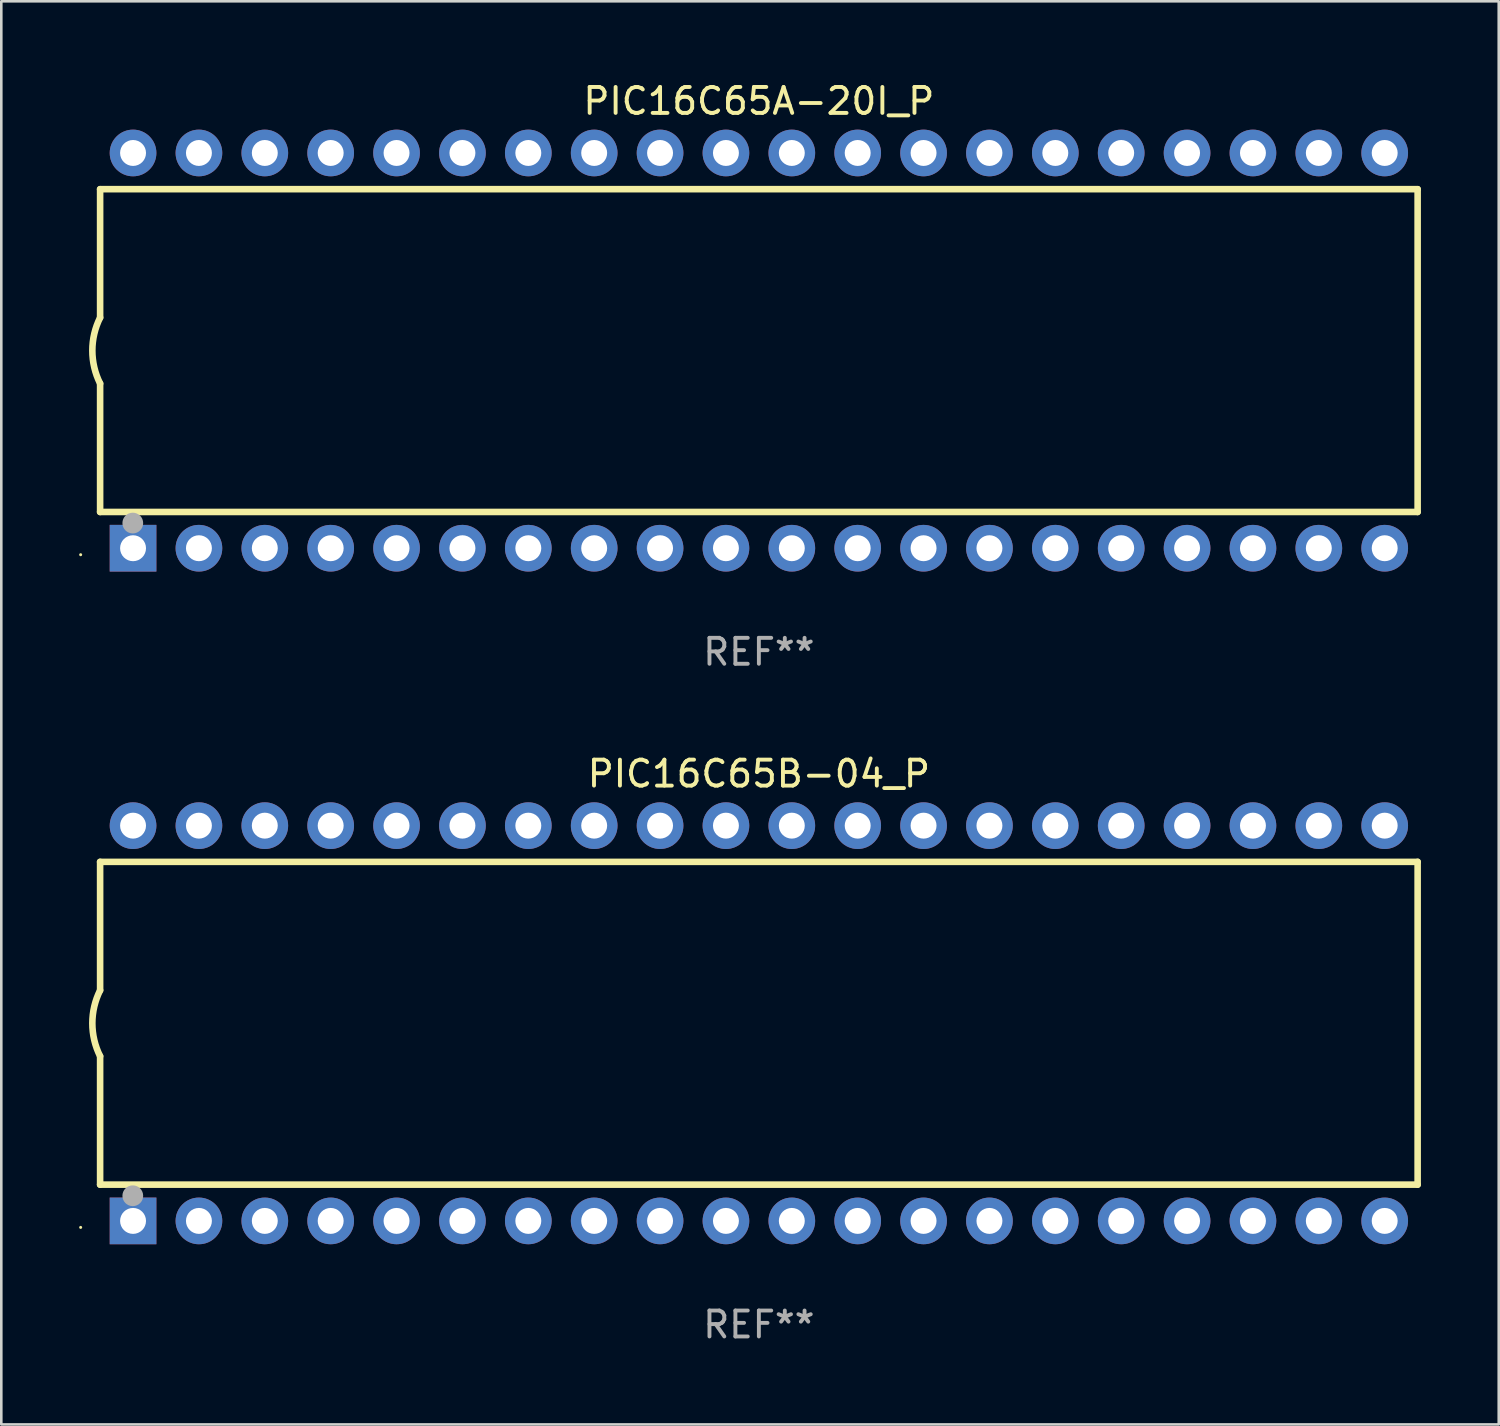
<source format=kicad_pcb>
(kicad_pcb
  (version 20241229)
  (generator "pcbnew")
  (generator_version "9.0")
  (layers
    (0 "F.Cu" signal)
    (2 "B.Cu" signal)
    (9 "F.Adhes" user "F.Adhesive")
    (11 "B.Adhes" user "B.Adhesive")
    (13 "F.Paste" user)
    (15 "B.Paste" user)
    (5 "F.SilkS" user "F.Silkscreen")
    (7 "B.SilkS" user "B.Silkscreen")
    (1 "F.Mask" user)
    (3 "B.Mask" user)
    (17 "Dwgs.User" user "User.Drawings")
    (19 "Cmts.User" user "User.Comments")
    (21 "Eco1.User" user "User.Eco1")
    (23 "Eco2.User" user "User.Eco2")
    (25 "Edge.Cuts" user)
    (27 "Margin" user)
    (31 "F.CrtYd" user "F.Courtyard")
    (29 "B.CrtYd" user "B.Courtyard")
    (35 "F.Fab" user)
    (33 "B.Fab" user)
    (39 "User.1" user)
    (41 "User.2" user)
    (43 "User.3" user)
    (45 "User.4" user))
  (footprint "PIC16C65A-20I_P"
    (layer "F.Cu")
    (at 26.21 10.468)
    (property "Reference" "PIC16C65A-20I_P" (at 0 -9.62 0) (layer "F.SilkS") (effects (font (size 1 1) (thickness 0.15))))
    (attr through_hole)
    (fp_line (start -25.4 -6.224) (end -25.4 -1.271) (stroke (width 0.254) (type solid)) (layer "F.SilkS"))
    (fp_line (start -25.4 -6.224) (end 25.4 -6.224) (stroke (width 0.254) (type solid)) (layer "F.SilkS"))
    (fp_line (start -25.4 1.269) (end -25.4 6.222) (stroke (width 0.254) (type solid)) (layer "F.SilkS"))
    (fp_line (start -25.4 6.222) (end 25.4 6.222) (stroke (width 0.254) (type solid)) (layer "F.SilkS"))
    (fp_line (start 25.4 6.222) (end 25.4 -6.224) (stroke (width 0.254) (type solid)) (layer "F.SilkS"))
    (fp_arc (start -25.4 1.269241) (mid -25.699807 -0.000762) (end -25.4 -1.270765) (stroke (width 0.254001) (type solid)) (layer "F.SilkS"))
    (fp_circle (center -26.15 7.87) (end -26.12 7.87) (stroke (width 0.06) (type solid)) (fill no) (layer "F.SilkS"))
    (fp_circle (center -24.14 6.65) (end -23.94 6.65) (stroke (width 0.4) (type solid)) (fill no) (layer "F.Fab"))
    (fp_text user "REF**" (at 0 11.62 0) (layer "F.Fab") (effects (font (size 1 1) (thickness 0.15))))
    (pad "1" thru_hole rect (at -24.13 7.62 90) (size 1.8 1.8) (drill 1) (layers "*.Cu" "*.Mask"))
    (pad "2" thru_hole circle (at -21.59 7.62) (size 1.8 1.8) (drill 1) (layers "*.Cu" "*.Mask"))
    (pad "3" thru_hole circle (at -19.05 7.62) (size 1.8 1.8) (drill 1) (layers "*.Cu" "*.Mask"))
    (pad "4" thru_hole circle (at -16.51 7.62) (size 1.8 1.8) (drill 1) (layers "*.Cu" "*.Mask"))
    (pad "5" thru_hole circle (at -13.97 7.62) (size 1.8 1.8) (drill 1) (layers "*.Cu" "*.Mask"))
    (pad "6" thru_hole circle (at -11.43 7.62) (size 1.8 1.8) (drill 1) (layers "*.Cu" "*.Mask"))
    (pad "7" thru_hole circle (at -8.89 7.62) (size 1.8 1.8) (drill 1) (layers "*.Cu" "*.Mask"))
    (pad "8" thru_hole circle (at -6.35 7.62) (size 1.8 1.8) (drill 1) (layers "*.Cu" "*.Mask"))
    (pad "9" thru_hole circle (at -3.81 7.62) (size 1.8 1.8) (drill 1) (layers "*.Cu" "*.Mask"))
    (pad "10" thru_hole circle (at -1.27 7.62) (size 1.8 1.8) (drill 1) (layers "*.Cu" "*.Mask"))
    (pad "11" thru_hole circle (at 1.27 7.62) (size 1.8 1.8) (drill 1) (layers "*.Cu" "*.Mask"))
    (pad "12" thru_hole circle (at 3.81 7.62) (size 1.8 1.8) (drill 1) (layers "*.Cu" "*.Mask"))
    (pad "13" thru_hole circle (at 6.35 7.62) (size 1.8 1.8) (drill 1) (layers "*.Cu" "*.Mask"))
    (pad "14" thru_hole circle (at 8.89 7.62) (size 1.8 1.8) (drill 1) (layers "*.Cu" "*.Mask"))
    (pad "15" thru_hole circle (at 11.43 7.62) (size 1.8 1.8) (drill 1) (layers "*.Cu" "*.Mask"))
    (pad "16" thru_hole circle (at 13.97 7.62) (size 1.8 1.8) (drill 1) (layers "*.Cu" "*.Mask"))
    (pad "17" thru_hole circle (at 16.51 7.62) (size 1.8 1.8) (drill 1) (layers "*.Cu" "*.Mask"))
    (pad "18" thru_hole circle (at 19.05 7.62) (size 1.8 1.8) (drill 1) (layers "*.Cu" "*.Mask"))
    (pad "19" thru_hole circle (at 21.59 7.62) (size 1.8 1.8) (drill 1) (layers "*.Cu" "*.Mask"))
    (pad "20" thru_hole circle (at 24.13 7.62) (size 1.8 1.8) (drill 1) (layers "*.Cu" "*.Mask"))
    (pad "21" thru_hole circle (at 24.13 -7.62) (size 1.8 1.8) (drill 1) (layers "*.Cu" "*.Mask"))
    (pad "22" thru_hole circle (at 21.59 -7.62) (size 1.8 1.8) (drill 1) (layers "*.Cu" "*.Mask"))
    (pad "23" thru_hole circle (at 19.05 -7.62) (size 1.8 1.8) (drill 1) (layers "*.Cu" "*.Mask"))
    (pad "24" thru_hole circle (at 16.51 -7.62) (size 1.8 1.8) (drill 1) (layers "*.Cu" "*.Mask"))
    (pad "25" thru_hole circle (at 13.97 -7.62) (size 1.8 1.8) (drill 1) (layers "*.Cu" "*.Mask"))
    (pad "26" thru_hole circle (at 11.43 -7.62) (size 1.8 1.8) (drill 1) (layers "*.Cu" "*.Mask"))
    (pad "27" thru_hole circle (at 8.89 -7.62) (size 1.8 1.8) (drill 1) (layers "*.Cu" "*.Mask"))
    (pad "28" thru_hole circle (at 6.35 -7.62) (size 1.8 1.8) (drill 1) (layers "*.Cu" "*.Mask"))
    (pad "29" thru_hole circle (at 3.81 -7.62) (size 1.8 1.8) (drill 1) (layers "*.Cu" "*.Mask"))
    (pad "30" thru_hole circle (at 1.27 -7.62) (size 1.8 1.8) (drill 1) (layers "*.Cu" "*.Mask"))
    (pad "31" thru_hole circle (at -1.27 -7.62) (size 1.8 1.8) (drill 1) (layers "*.Cu" "*.Mask"))
    (pad "32" thru_hole circle (at -3.81 -7.62) (size 1.8 1.8) (drill 1) (layers "*.Cu" "*.Mask"))
    (pad "33" thru_hole circle (at -6.35 -7.62) (size 1.8 1.8) (drill 1) (layers "*.Cu" "*.Mask"))
    (pad "34" thru_hole circle (at -8.89 -7.62) (size 1.8 1.8) (drill 1) (layers "*.Cu" "*.Mask"))
    (pad "35" thru_hole circle (at -11.43 -7.62) (size 1.8 1.8) (drill 1) (layers "*.Cu" "*.Mask"))
    (pad "36" thru_hole circle (at -13.97 -7.62) (size 1.8 1.8) (drill 1) (layers "*.Cu" "*.Mask"))
    (pad "37" thru_hole circle (at -16.51 -7.62) (size 1.8 1.8) (drill 1) (layers "*.Cu" "*.Mask"))
    (pad "38" thru_hole circle (at -19.05 -7.62) (size 1.8 1.8) (drill 1) (layers "*.Cu" "*.Mask"))
    (pad "39" thru_hole circle (at -21.59 -7.62) (size 1.8 1.8) (drill 1) (layers "*.Cu" "*.Mask"))
    (pad "40" thru_hole circle (at -24.13 -7.62) (size 1.8 1.8) (drill 1) (layers "*.Cu" "*.Mask")))
  (footprint "PIC16C65B-04_P"
    (layer "F.Cu")
    (at 26.21 36.405)
    (property "Reference" "PIC16C65B-04_P" (at 0 -9.62 0) (layer "F.SilkS") (effects (font (size 1 1) (thickness 0.15))))
    (attr through_hole)
    (fp_line (start -25.4 -6.224) (end -25.4 -1.271) (stroke (width 0.254) (type solid)) (layer "F.SilkS"))
    (fp_line (start -25.4 -6.224) (end 25.4 -6.224) (stroke (width 0.254) (type solid)) (layer "F.SilkS"))
    (fp_line (start -25.4 1.269) (end -25.4 6.222) (stroke (width 0.254) (type solid)) (layer "F.SilkS"))
    (fp_line (start -25.4 6.222) (end 25.4 6.222) (stroke (width 0.254) (type solid)) (layer "F.SilkS"))
    (fp_line (start 25.4 6.222) (end 25.4 -6.224) (stroke (width 0.254) (type solid)) (layer "F.SilkS"))
    (fp_arc (start -25.4 1.269241) (mid -25.699807 -0.000762) (end -25.4 -1.270765) (stroke (width 0.254001) (type solid)) (layer "F.SilkS"))
    (fp_circle (center -26.15 7.87) (end -26.12 7.87) (stroke (width 0.06) (type solid)) (fill no) (layer "F.SilkS"))
    (fp_circle (center -24.14 6.65) (end -23.94 6.65) (stroke (width 0.4) (type solid)) (fill no) (layer "F.Fab"))
    (fp_text user "REF**" (at 0 11.62 0) (layer "F.Fab") (effects (font (size 1 1) (thickness 0.15))))
    (pad "1" thru_hole rect (at -24.13 7.62 90) (size 1.8 1.8) (drill 1) (layers "*.Cu" "*.Mask"))
    (pad "2" thru_hole circle (at -21.59 7.62) (size 1.8 1.8) (drill 1) (layers "*.Cu" "*.Mask"))
    (pad "3" thru_hole circle (at -19.05 7.62) (size 1.8 1.8) (drill 1) (layers "*.Cu" "*.Mask"))
    (pad "4" thru_hole circle (at -16.51 7.62) (size 1.8 1.8) (drill 1) (layers "*.Cu" "*.Mask"))
    (pad "5" thru_hole circle (at -13.97 7.62) (size 1.8 1.8) (drill 1) (layers "*.Cu" "*.Mask"))
    (pad "6" thru_hole circle (at -11.43 7.62) (size 1.8 1.8) (drill 1) (layers "*.Cu" "*.Mask"))
    (pad "7" thru_hole circle (at -8.89 7.62) (size 1.8 1.8) (drill 1) (layers "*.Cu" "*.Mask"))
    (pad "8" thru_hole circle (at -6.35 7.62) (size 1.8 1.8) (drill 1) (layers "*.Cu" "*.Mask"))
    (pad "9" thru_hole circle (at -3.81 7.62) (size 1.8 1.8) (drill 1) (layers "*.Cu" "*.Mask"))
    (pad "10" thru_hole circle (at -1.27 7.62) (size 1.8 1.8) (drill 1) (layers "*.Cu" "*.Mask"))
    (pad "11" thru_hole circle (at 1.27 7.62) (size 1.8 1.8) (drill 1) (layers "*.Cu" "*.Mask"))
    (pad "12" thru_hole circle (at 3.81 7.62) (size 1.8 1.8) (drill 1) (layers "*.Cu" "*.Mask"))
    (pad "13" thru_hole circle (at 6.35 7.62) (size 1.8 1.8) (drill 1) (layers "*.Cu" "*.Mask"))
    (pad "14" thru_hole circle (at 8.89 7.62) (size 1.8 1.8) (drill 1) (layers "*.Cu" "*.Mask"))
    (pad "15" thru_hole circle (at 11.43 7.62) (size 1.8 1.8) (drill 1) (layers "*.Cu" "*.Mask"))
    (pad "16" thru_hole circle (at 13.97 7.62) (size 1.8 1.8) (drill 1) (layers "*.Cu" "*.Mask"))
    (pad "17" thru_hole circle (at 16.51 7.62) (size 1.8 1.8) (drill 1) (layers "*.Cu" "*.Mask"))
    (pad "18" thru_hole circle (at 19.05 7.62) (size 1.8 1.8) (drill 1) (layers "*.Cu" "*.Mask"))
    (pad "19" thru_hole circle (at 21.59 7.62) (size 1.8 1.8) (drill 1) (layers "*.Cu" "*.Mask"))
    (pad "20" thru_hole circle (at 24.13 7.62) (size 1.8 1.8) (drill 1) (layers "*.Cu" "*.Mask"))
    (pad "21" thru_hole circle (at 24.13 -7.62) (size 1.8 1.8) (drill 1) (layers "*.Cu" "*.Mask"))
    (pad "22" thru_hole circle (at 21.59 -7.62) (size 1.8 1.8) (drill 1) (layers "*.Cu" "*.Mask"))
    (pad "23" thru_hole circle (at 19.05 -7.62) (size 1.8 1.8) (drill 1) (layers "*.Cu" "*.Mask"))
    (pad "24" thru_hole circle (at 16.51 -7.62) (size 1.8 1.8) (drill 1) (layers "*.Cu" "*.Mask"))
    (pad "25" thru_hole circle (at 13.97 -7.62) (size 1.8 1.8) (drill 1) (layers "*.Cu" "*.Mask"))
    (pad "26" thru_hole circle (at 11.43 -7.62) (size 1.8 1.8) (drill 1) (layers "*.Cu" "*.Mask"))
    (pad "27" thru_hole circle (at 8.89 -7.62) (size 1.8 1.8) (drill 1) (layers "*.Cu" "*.Mask"))
    (pad "28" thru_hole circle (at 6.35 -7.62) (size 1.8 1.8) (drill 1) (layers "*.Cu" "*.Mask"))
    (pad "29" thru_hole circle (at 3.81 -7.62) (size 1.8 1.8) (drill 1) (layers "*.Cu" "*.Mask"))
    (pad "30" thru_hole circle (at 1.27 -7.62) (size 1.8 1.8) (drill 1) (layers "*.Cu" "*.Mask"))
    (pad "31" thru_hole circle (at -1.27 -7.62) (size 1.8 1.8) (drill 1) (layers "*.Cu" "*.Mask"))
    (pad "32" thru_hole circle (at -3.81 -7.62) (size 1.8 1.8) (drill 1) (layers "*.Cu" "*.Mask"))
    (pad "33" thru_hole circle (at -6.35 -7.62) (size 1.8 1.8) (drill 1) (layers "*.Cu" "*.Mask"))
    (pad "34" thru_hole circle (at -8.89 -7.62) (size 1.8 1.8) (drill 1) (layers "*.Cu" "*.Mask"))
    (pad "35" thru_hole circle (at -11.43 -7.62) (size 1.8 1.8) (drill 1) (layers "*.Cu" "*.Mask"))
    (pad "36" thru_hole circle (at -13.97 -7.62) (size 1.8 1.8) (drill 1) (layers "*.Cu" "*.Mask"))
    (pad "37" thru_hole circle (at -16.51 -7.62) (size 1.8 1.8) (drill 1) (layers "*.Cu" "*.Mask"))
    (pad "38" thru_hole circle (at -19.05 -7.62) (size 1.8 1.8) (drill 1) (layers "*.Cu" "*.Mask"))
    (pad "39" thru_hole circle (at -21.59 -7.62) (size 1.8 1.8) (drill 1) (layers "*.Cu" "*.Mask"))
    (pad "40" thru_hole circle (at -24.13 -7.62) (size 1.8 1.8) (drill 1) (layers "*.Cu" "*.Mask")))
  (gr_rect
    (start -3 -3)
    (end 54.737 51.873)
    (stroke (width 0.1) (type default))
    (fill no)
    (layer "Edge.Cuts")))
</source>
